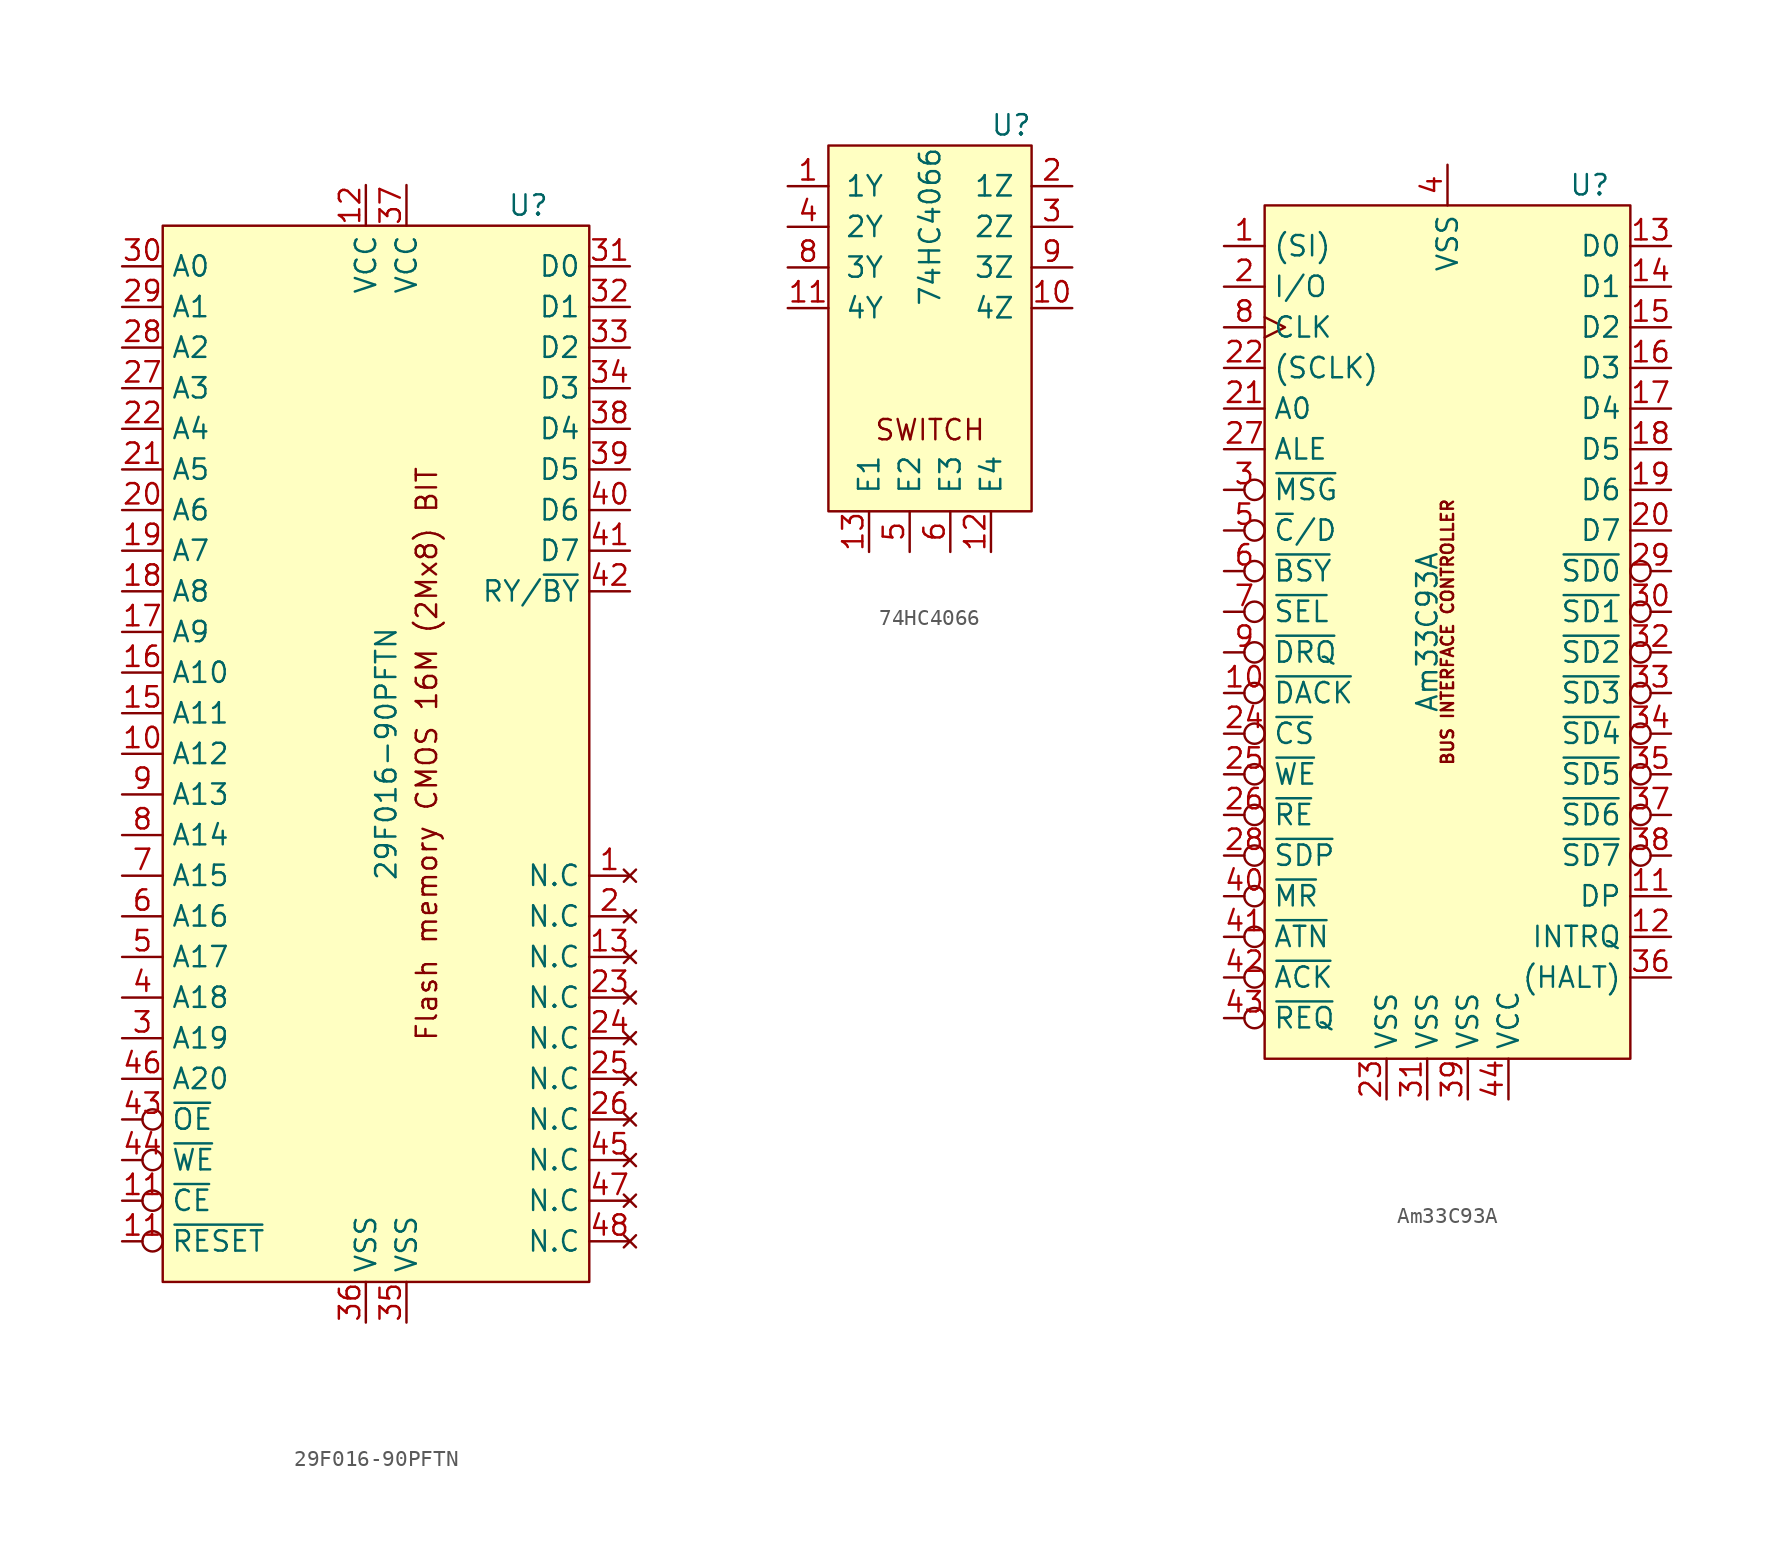
<source format=kicad_sym>
(kicad_symbol_lib
  (version 20211014)
  (generator kicad_symbol_editor)
  (symbol "29F016-90PFTN"
    (property "Reference" "U"
      (at 8.89 34.29 0)
      (effects (font (size 1.27 1.27))))
    (property "Value" "29F016-90PFTN"
      (at 0 0 90)
      (effects (font (size 1.27 1.27))))
    (symbol "29F016-90PFTN_0_0"
      (text "Flash memory CMOS 16M (2Mx8) BIT" (at 2.54 0 900) (effects (font (size 1.27 1.27)))))
    (symbol "29F016-90PFTN_0_1"
      (rectangle (start -13.97 33.02) (end 12.7 -33.02) (stroke (width 0.152) (type default) (color 0 0 0 0)) (fill (type background))))
    (symbol "29F016-90PFTN_1_1"
      (pin no_connect line (at 15.24 -7.62 180) (length 2.54) (name "N.C" (effects (font (size 1.27 1.27)))) (number "1" (effects (font (size 1.27 1.27)))))
      (pin input line (at -16.51 0 0) (length 2.54) (name "A12" (effects (font (size 1.27 1.27)))) (number "10" (effects (font (size 1.27 1.27)))))
      (pin input inverted (at -16.51 -27.94 0) (length 2.54) (name "~{CE}" (effects (font (size 1.27 1.27)))) (number "11" (effects (font (size 1.27 1.27)))))
      (pin input inverted (at -16.51 -30.48 0) (length 2.54) (name "~{RESET}" (effects (font (size 1.27 1.27)))) (number "11" (effects (font (size 1.27 1.27)))))
      (pin power_in line (at -1.27 35.56 270) (length 2.54) (name "VCC" (effects (font (size 1.27 1.27)))) (number "12" (effects (font (size 1.27 1.27)))))
      (pin no_connect line (at 15.24 -12.7 180) (length 2.54) (name "N.C" (effects (font (size 1.27 1.27)))) (number "13" (effects (font (size 1.27 1.27)))))
      (pin input line (at -16.51 2.54 0) (length 2.54) (name "A11" (effects (font (size 1.27 1.27)))) (number "15" (effects (font (size 1.27 1.27)))))
      (pin input line (at -16.51 5.08 0) (length 2.54) (name "A10" (effects (font (size 1.27 1.27)))) (number "16" (effects (font (size 1.27 1.27)))))
      (pin input line (at -16.51 7.62 0) (length 2.54) (name "A9" (effects (font (size 1.27 1.27)))) (number "17" (effects (font (size 1.27 1.27)))))
      (pin input line (at -16.51 10.16 0) (length 2.54) (name "A8" (effects (font (size 1.27 1.27)))) (number "18" (effects (font (size 1.27 1.27)))))
      (pin input line (at -16.51 12.7 0) (length 2.54) (name "A7" (effects (font (size 1.27 1.27)))) (number "19" (effects (font (size 1.27 1.27)))))
      (pin no_connect line (at 15.24 -10.16 180) (length 2.54) (name "N.C" (effects (font (size 1.27 1.27)))) (number "2" (effects (font (size 1.27 1.27)))))
      (pin input line (at -16.51 15.24 0) (length 2.54) (name "A6" (effects (font (size 1.27 1.27)))) (number "20" (effects (font (size 1.27 1.27)))))
      (pin input line (at -16.51 17.78 0) (length 2.54) (name "A5" (effects (font (size 1.27 1.27)))) (number "21" (effects (font (size 1.27 1.27)))))
      (pin input line (at -16.51 20.32 0) (length 2.54) (name "A4" (effects (font (size 1.27 1.27)))) (number "22" (effects (font (size 1.27 1.27)))))
      (pin no_connect line (at 15.24 -15.24 180) (length 2.54) (name "N.C" (effects (font (size 1.27 1.27)))) (number "23" (effects (font (size 1.27 1.27)))))
      (pin no_connect line (at 15.24 -17.78 180) (length 2.54) (name "N.C" (effects (font (size 1.27 1.27)))) (number "24" (effects (font (size 1.27 1.27)))))
      (pin no_connect line (at 15.24 -20.32 180) (length 2.54) (name "N.C" (effects (font (size 1.27 1.27)))) (number "25" (effects (font (size 1.27 1.27)))))
      (pin no_connect line (at 15.24 -22.86 180) (length 2.54) (name "N.C" (effects (font (size 1.27 1.27)))) (number "26" (effects (font (size 1.27 1.27)))))
      (pin input line (at -16.51 22.86 0) (length 2.54) (name "A3" (effects (font (size 1.27 1.27)))) (number "27" (effects (font (size 1.27 1.27)))))
      (pin input line (at -16.51 25.4 0) (length 2.54) (name "A2" (effects (font (size 1.27 1.27)))) (number "28" (effects (font (size 1.27 1.27)))))
      (pin input line (at -16.51 27.94 0) (length 2.54) (name "A1" (effects (font (size 1.27 1.27)))) (number "29" (effects (font (size 1.27 1.27)))))
      (pin input line (at -16.51 -17.78 0) (length 2.54) (name "A19" (effects (font (size 1.27 1.27)))) (number "3" (effects (font (size 1.27 1.27)))))
      (pin input line (at -16.51 30.48 0) (length 2.54) (name "A0" (effects (font (size 1.27 1.27)))) (number "30" (effects (font (size 1.27 1.27)))))
      (pin input line (at 15.24 30.48 180) (length 2.54) (name "D0" (effects (font (size 1.27 1.27)))) (number "31" (effects (font (size 1.27 1.27)))))
      (pin input line (at 15.24 27.94 180) (length 2.54) (name "D1" (effects (font (size 1.27 1.27)))) (number "32" (effects (font (size 1.27 1.27)))))
      (pin input line (at 15.24 25.4 180) (length 2.54) (name "D2" (effects (font (size 1.27 1.27)))) (number "33" (effects (font (size 1.27 1.27)))))
      (pin input line (at 15.24 22.86 180) (length 2.54) (name "D3" (effects (font (size 1.27 1.27)))) (number "34" (effects (font (size 1.27 1.27)))))
      (pin power_in line (at 1.27 -35.56 90) (length 2.54) (name "VSS" (effects (font (size 1.27 1.27)))) (number "35" (effects (font (size 1.27 1.27)))))
      (pin power_in line (at -1.27 -35.56 90) (length 2.54) (name "VSS" (effects (font (size 1.27 1.27)))) (number "36" (effects (font (size 1.27 1.27)))))
      (pin power_in line (at 1.27 35.56 270) (length 2.54) (name "VCC" (effects (font (size 1.27 1.27)))) (number "37" (effects (font (size 1.27 1.27)))))
      (pin input line (at 15.24 20.32 180) (length 2.54) (name "D4" (effects (font (size 1.27 1.27)))) (number "38" (effects (font (size 1.27 1.27)))))
      (pin input line (at 15.24 17.78 180) (length 2.54) (name "D5" (effects (font (size 1.27 1.27)))) (number "39" (effects (font (size 1.27 1.27)))))
      (pin input line (at -16.51 -15.24 0) (length 2.54) (name "A18" (effects (font (size 1.27 1.27)))) (number "4" (effects (font (size 1.27 1.27)))))
      (pin input line (at 15.24 15.24 180) (length 2.54) (name "D6" (effects (font (size 1.27 1.27)))) (number "40" (effects (font (size 1.27 1.27)))))
      (pin input line (at 15.24 12.7 180) (length 2.54) (name "D7" (effects (font (size 1.27 1.27)))) (number "41" (effects (font (size 1.27 1.27)))))
      (pin input line (at 15.24 10.16 180) (length 2.54) (name "RY/~{BY}" (effects (font (size 1.27 1.27)))) (number "42" (effects (font (size 1.27 1.27)))))
      (pin input inverted (at -16.51 -22.86 0) (length 2.54) (name "~{OE}" (effects (font (size 1.27 1.27)))) (number "43" (effects (font (size 1.27 1.27)))))
      (pin input inverted (at -16.51 -25.4 0) (length 2.54) (name "~{WE}" (effects (font (size 1.27 1.27)))) (number "44" (effects (font (size 1.27 1.27)))))
      (pin no_connect line (at 15.24 -25.4 180) (length 2.54) (name "N.C" (effects (font (size 1.27 1.27)))) (number "45" (effects (font (size 1.27 1.27)))))
      (pin input line (at -16.51 -20.32 0) (length 2.54) (name "A20" (effects (font (size 1.27 1.27)))) (number "46" (effects (font (size 1.27 1.27)))))
      (pin no_connect line (at 15.24 -27.94 180) (length 2.54) (name "N.C" (effects (font (size 1.27 1.27)))) (number "47" (effects (font (size 1.27 1.27)))))
      (pin no_connect line (at 15.24 -30.48 180) (length 2.54) (name "N.C" (effects (font (size 1.27 1.27)))) (number "48" (effects (font (size 1.27 1.27)))))
      (pin input line (at -16.51 -12.7 0) (length 2.54) (name "A17" (effects (font (size 1.27 1.27)))) (number "5" (effects (font (size 1.27 1.27)))))
      (pin input line (at -16.51 -10.16 0) (length 2.54) (name "A16" (effects (font (size 1.27 1.27)))) (number "6" (effects (font (size 1.27 1.27)))))
      (pin input line (at -16.51 -7.62 0) (length 2.54) (name "A15" (effects (font (size 1.27 1.27)))) (number "7" (effects (font (size 1.27 1.27)))))
      (pin input line (at -16.51 -5.08 0) (length 2.54) (name "A14" (effects (font (size 1.27 1.27)))) (number "8" (effects (font (size 1.27 1.27)))))
      (pin input line (at -16.51 -2.54 0) (length 2.54) (name "A13" (effects (font (size 1.27 1.27)))) (number "9" (effects (font (size 1.27 1.27)))))))
  (symbol "74HC4066"
    (pin_names
      (offset 1.016))
    (property "Reference" "U"
      (at 5.08 12.7 0)
      (effects (font (size 1.27 1.27))))
    (property "Value" "74HC4066"
      (at 0 6.35 90)
      (effects (font (size 1.27 1.27))))
    (symbol "74HC4066_0_0"
      (text "SWITCH" (at 0 -6.35 0) (effects (font (size 1.27 1.27)))))
    (symbol "74HC4066_0_1"
      (rectangle (start -6.35 11.43) (end 6.35 -11.43) (stroke (width 0) (type default) (color 0 0 0 0)) (fill (type background))))
    (symbol "74HC4066_1_1"
      (pin bidirectional line (at -8.89 8.89 0) (length 2.54) (name "1Y" (effects (font (size 1.27 1.27)))) (number "1" (effects (font (size 1.27 1.27)))))
      (pin bidirectional line (at 8.89 1.27 180) (length 2.54) (name "4Z" (effects (font (size 1.27 1.27)))) (number "10" (effects (font (size 1.27 1.27)))))
      (pin bidirectional line (at -8.89 1.27 0) (length 2.54) (name "4Y" (effects (font (size 1.27 1.27)))) (number "11" (effects (font (size 1.27 1.27)))))
      (pin input line (at 3.81 -13.97 90) (length 2.54) (name "E4" (effects (font (size 1.27 1.27)))) (number "12" (effects (font (size 1.27 1.27)))))
      (pin input line (at -3.81 -13.97 90) (length 2.54) (name "E1" (effects (font (size 1.27 1.27)))) (number "13" (effects (font (size 1.27 1.27)))))
      (pin power_in line (at 6.35 -1.27 180) (length 2.54) hide (name "VCC" (effects (font (size 1.27 1.27)))) (number "14" (effects (font (size 1.27 1.27)))))
      (pin bidirectional line (at 8.89 8.89 180) (length 2.54) (name "1Z" (effects (font (size 1.27 1.27)))) (number "2" (effects (font (size 1.27 1.27)))))
      (pin bidirectional line (at 8.89 6.35 180) (length 2.54) (name "2Z" (effects (font (size 1.27 1.27)))) (number "3" (effects (font (size 1.27 1.27)))))
      (pin bidirectional line (at -8.89 6.35 0) (length 2.54) (name "2Y" (effects (font (size 1.27 1.27)))) (number "4" (effects (font (size 1.27 1.27)))))
      (pin input line (at -1.27 -13.97 90) (length 2.54) (name "E2" (effects (font (size 1.27 1.27)))) (number "5" (effects (font (size 1.27 1.27)))))
      (pin input line (at 1.27 -13.97 90) (length 2.54) (name "E3" (effects (font (size 1.27 1.27)))) (number "6" (effects (font (size 1.27 1.27)))))
      (pin power_in line (at 6.35 -3.81 180) (length 2.54) hide (name "VSS" (effects (font (size 1.27 1.27)))) (number "7" (effects (font (size 1.27 1.27)))))
      (pin bidirectional line (at -8.89 3.81 0) (length 2.54) (name "3Y" (effects (font (size 1.27 1.27)))) (number "8" (effects (font (size 1.27 1.27)))))
      (pin bidirectional line (at 8.89 3.81 180) (length 2.54) (name "3Z" (effects (font (size 1.27 1.27)))) (number "9" (effects (font (size 1.27 1.27)))))))
  (symbol "Am33C93A"
    (property "Reference" "U"
      (at 8.89 27.94 0)
      (effects (font (size 1.27 1.27))))
    (property "Value" "Am33C93A"
      (at -1.27 0 90)
      (effects (font (size 1.27 1.27))))
    (symbol "Am33C93A_0_0"
      (rectangle (start -11.43 26.67) (end 11.43 -26.67) (stroke (width 0.152) (type default) (color 0 0 0 0)) (fill (type background)))
      (text "BUS INTERFACE CONTROLLER" (at 0 0 900) (effects (font (size 0.762 0.762)))))
    (symbol "Am33C93A_1_1"
      (pin bidirectional line (at -13.97 24.13 0) (length 2.54) (name "(SI)" (effects (font (size 1.27 1.27)))) (number "1" (effects (font (size 1.27 1.27)))))
      (pin bidirectional inverted (at -13.97 -3.81 0) (length 2.54) (name "~{DACK}" (effects (font (size 1.27 1.27)))) (number "10" (effects (font (size 1.27 1.27)))))
      (pin bidirectional line (at 13.97 -16.51 180) (length 2.54) (name "DP" (effects (font (size 1.27 1.27)))) (number "11" (effects (font (size 1.27 1.27)))))
      (pin output line (at 13.97 -19.05 180) (length 2.54) (name "INTRQ" (effects (font (size 1.27 1.27)))) (number "12" (effects (font (size 1.27 1.27)))))
      (pin bidirectional line (at 13.97 24.13 180) (length 2.54) (name "D0" (effects (font (size 1.27 1.27)))) (number "13" (effects (font (size 1.27 1.27)))))
      (pin bidirectional line (at 13.97 21.59 180) (length 2.54) (name "D1" (effects (font (size 1.27 1.27)))) (number "14" (effects (font (size 1.27 1.27)))))
      (pin bidirectional line (at 13.97 19.05 180) (length 2.54) (name "D2" (effects (font (size 1.27 1.27)))) (number "15" (effects (font (size 1.27 1.27)))))
      (pin bidirectional line (at 13.97 16.51 180) (length 2.54) (name "D3" (effects (font (size 1.27 1.27)))) (number "16" (effects (font (size 1.27 1.27)))))
      (pin bidirectional line (at 13.97 13.97 180) (length 2.54) (name "D4" (effects (font (size 1.27 1.27)))) (number "17" (effects (font (size 1.27 1.27)))))
      (pin bidirectional line (at 13.97 11.43 180) (length 2.54) (name "D5" (effects (font (size 1.27 1.27)))) (number "18" (effects (font (size 1.27 1.27)))))
      (pin bidirectional line (at 13.97 8.89 180) (length 2.54) (name "D6" (effects (font (size 1.27 1.27)))) (number "19" (effects (font (size 1.27 1.27)))))
      (pin bidirectional line (at -13.97 21.59 0) (length 2.54) (name "I/O" (effects (font (size 1.27 1.27)))) (number "2" (effects (font (size 1.27 1.27)))))
      (pin bidirectional line (at 13.97 6.35 180) (length 2.54) (name "D7" (effects (font (size 1.27 1.27)))) (number "20" (effects (font (size 1.27 1.27)))))
      (pin input line (at -13.97 13.97 0) (length 2.54) (name "A0" (effects (font (size 1.27 1.27)))) (number "21" (effects (font (size 1.27 1.27)))))
      (pin bidirectional line (at -13.97 16.51 0) (length 2.54) (name "(SCLK)" (effects (font (size 1.27 1.27)))) (number "22" (effects (font (size 1.27 1.27)))))
      (pin power_in line (at -3.81 -29.21 90) (length 2.54) (name "VSS" (effects (font (size 1.27 1.27)))) (number "23" (effects (font (size 1.27 1.27)))))
      (pin input inverted (at -13.97 -6.35 0) (length 2.54) (name "~{CS}" (effects (font (size 1.27 1.27)))) (number "24" (effects (font (size 1.27 1.27)))))
      (pin bidirectional inverted (at -13.97 -8.89 0) (length 2.54) (name "~{WE}" (effects (font (size 1.27 1.27)))) (number "25" (effects (font (size 1.27 1.27)))))
      (pin bidirectional inverted (at -13.97 -11.43 0) (length 2.54) (name "~{RE}" (effects (font (size 1.27 1.27)))) (number "26" (effects (font (size 1.27 1.27)))))
      (pin input line (at -13.97 11.43 0) (length 2.54) (name "ALE" (effects (font (size 1.27 1.27)))) (number "27" (effects (font (size 1.27 1.27)))))
      (pin bidirectional inverted (at -13.97 -13.97 0) (length 2.54) (name "~{SDP}" (effects (font (size 1.27 1.27)))) (number "28" (effects (font (size 1.27 1.27)))))
      (pin bidirectional inverted (at 13.97 3.81 180) (length 2.54) (name "~{SD0}" (effects (font (size 1.27 1.27)))) (number "29" (effects (font (size 1.27 1.27)))))
      (pin bidirectional inverted (at -13.97 8.89 0) (length 2.54) (name "~{MSG}" (effects (font (size 1.27 1.27)))) (number "3" (effects (font (size 1.27 1.27)))))
      (pin bidirectional inverted (at 13.97 1.27 180) (length 2.54) (name "~{SD1}" (effects (font (size 1.27 1.27)))) (number "30" (effects (font (size 1.27 1.27)))))
      (pin power_in line (at -1.27 -29.21 90) (length 2.54) (name "VSS" (effects (font (size 1.27 1.27)))) (number "31" (effects (font (size 1.27 1.27)))))
      (pin bidirectional inverted (at 13.97 -1.27 180) (length 2.54) (name "~{SD2}" (effects (font (size 1.27 1.27)))) (number "32" (effects (font (size 1.27 1.27)))))
      (pin bidirectional inverted (at 13.97 -3.81 180) (length 2.54) (name "~{SD3}" (effects (font (size 1.27 1.27)))) (number "33" (effects (font (size 1.27 1.27)))))
      (pin bidirectional inverted (at 13.97 -6.35 180) (length 2.54) (name "~{SD4}" (effects (font (size 1.27 1.27)))) (number "34" (effects (font (size 1.27 1.27)))))
      (pin bidirectional inverted (at 13.97 -8.89 180) (length 2.54) (name "~{SD5}" (effects (font (size 1.27 1.27)))) (number "35" (effects (font (size 1.27 1.27)))))
      (pin bidirectional line (at 13.97 -21.59 180) (length 2.54) (name "(HALT)" (effects (font (size 1.27 1.27)))) (number "36" (effects (font (size 1.27 1.27)))))
      (pin bidirectional inverted (at 13.97 -11.43 180) (length 2.54) (name "~{SD6}" (effects (font (size 1.27 1.27)))) (number "37" (effects (font (size 1.27 1.27)))))
      (pin bidirectional inverted (at 13.97 -13.97 180) (length 2.54) (name "~{SD7}" (effects (font (size 1.27 1.27)))) (number "38" (effects (font (size 1.27 1.27)))))
      (pin power_in line (at 1.27 -29.21 90) (length 2.54) (name "VSS" (effects (font (size 1.27 1.27)))) (number "39" (effects (font (size 1.27 1.27)))))
      (pin power_in line (at 0 29.21 270) (length 2.54) (name "VSS" (effects (font (size 1.27 1.27)))) (number "4" (effects (font (size 1.27 1.27)))))
      (pin input inverted (at -13.97 -16.51 0) (length 2.54) (name "~{MR}" (effects (font (size 1.27 1.27)))) (number "40" (effects (font (size 1.27 1.27)))))
      (pin bidirectional inverted (at -13.97 -19.05 0) (length 2.54) (name "~{ATN}" (effects (font (size 1.27 1.27)))) (number "41" (effects (font (size 1.27 1.27)))))
      (pin bidirectional inverted (at -13.97 -21.59 0) (length 2.54) (name "~{ACK}" (effects (font (size 1.27 1.27)))) (number "42" (effects (font (size 1.27 1.27)))))
      (pin bidirectional inverted (at -13.97 -24.13 0) (length 2.54) (name "~{REQ}" (effects (font (size 1.27 1.27)))) (number "43" (effects (font (size 1.27 1.27)))))
      (pin power_in line (at 3.81 -29.21 90) (length 2.54) (name "VCC" (effects (font (size 1.27 1.27)))) (number "44" (effects (font (size 1.27 1.27)))))
      (pin bidirectional inverted (at -13.97 6.35 0) (length 2.54) (name "~{C}/D" (effects (font (size 1.27 1.27)))) (number "5" (effects (font (size 1.27 1.27)))))
      (pin bidirectional inverted (at -13.97 3.81 0) (length 2.54) (name "~{BSY}" (effects (font (size 1.27 1.27)))) (number "6" (effects (font (size 1.27 1.27)))))
      (pin bidirectional inverted (at -13.97 1.27 0) (length 2.54) (name "~{SEL}" (effects (font (size 1.27 1.27)))) (number "7" (effects (font (size 1.27 1.27)))))
      (pin input clock (at -13.97 19.05 0) (length 2.54) (name "CLK" (effects (font (size 1.27 1.27)))) (number "8" (effects (font (size 1.27 1.27)))))
      (pin bidirectional inverted (at -13.97 -1.27 0) (length 2.54) (name "~{DRQ}" (effects (font (size 1.27 1.27)))) (number "9" (effects (font (size 1.27 1.27))))))))
</source>
